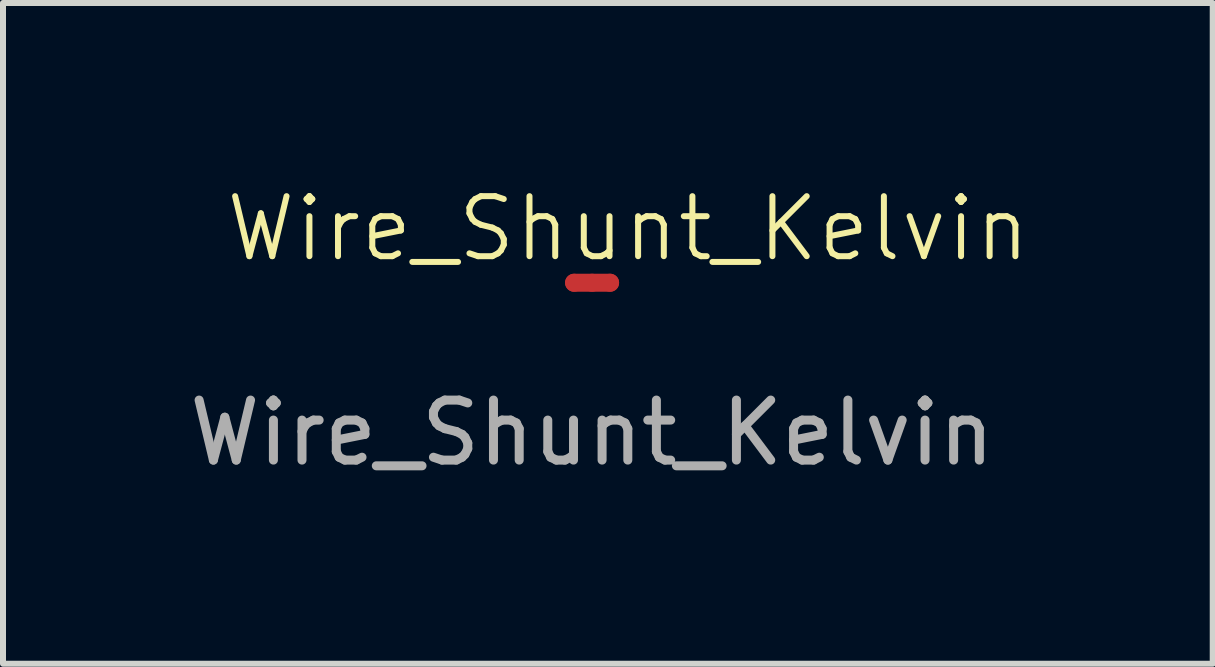
<source format=kicad_pcb>
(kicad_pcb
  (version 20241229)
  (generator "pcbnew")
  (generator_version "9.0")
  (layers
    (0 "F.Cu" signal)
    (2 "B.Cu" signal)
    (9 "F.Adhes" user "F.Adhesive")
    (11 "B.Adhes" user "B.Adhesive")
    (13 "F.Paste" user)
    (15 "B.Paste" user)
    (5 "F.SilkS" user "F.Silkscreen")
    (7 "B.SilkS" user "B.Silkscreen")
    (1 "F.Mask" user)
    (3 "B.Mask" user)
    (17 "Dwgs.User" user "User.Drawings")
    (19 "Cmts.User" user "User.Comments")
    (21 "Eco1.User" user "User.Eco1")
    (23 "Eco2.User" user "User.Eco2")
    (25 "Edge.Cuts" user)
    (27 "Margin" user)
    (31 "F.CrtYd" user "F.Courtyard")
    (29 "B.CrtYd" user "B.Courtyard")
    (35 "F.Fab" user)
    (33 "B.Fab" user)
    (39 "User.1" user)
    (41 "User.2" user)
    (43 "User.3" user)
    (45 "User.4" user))
  (footprint "Wire_Shunt_Kelvin"
    (layer "F.Cu")
    (at 6.815 1.661)
    (property "Reference" "Wire_Shunt_Kelvin" (at 0.6 -0.9 0) (unlocked yes) (layer "F.SilkS") (effects (font (size 1 1) (thickness 0.1))))
    (attr smd)
    (fp_text user "${REFERENCE}" (at 0 2.5 0) (unlocked yes) (layer "F.Fab") (effects (font (size 1 1) (thickness 0.15))))
    (pad "1" smd circle (at -0.3 0) (size 0.3 0.3) (layers "F.Cu" "F.Mask" "F.Paste"))
    (pad "1" smd oval (at -0.15 0) (size 0.6 0.3) (layers "F.Cu" "F.Mask" "F.Paste"))
    (pad "2" smd oval (at 0.15 0) (size 0.6 0.3) (layers "F.Cu" "F.Mask" "F.Paste"))
    (pad "2" smd circle (at 0.3 0) (size 0.3 0.3) (layers "F.Cu" "F.Mask" "F.Paste")))
  (gr_rect
    (start -3 -3)
    (end 17.156 8.009)
    (stroke (width 0.1) (type default))
    (fill no)
    (layer "Edge.Cuts")))
</source>
